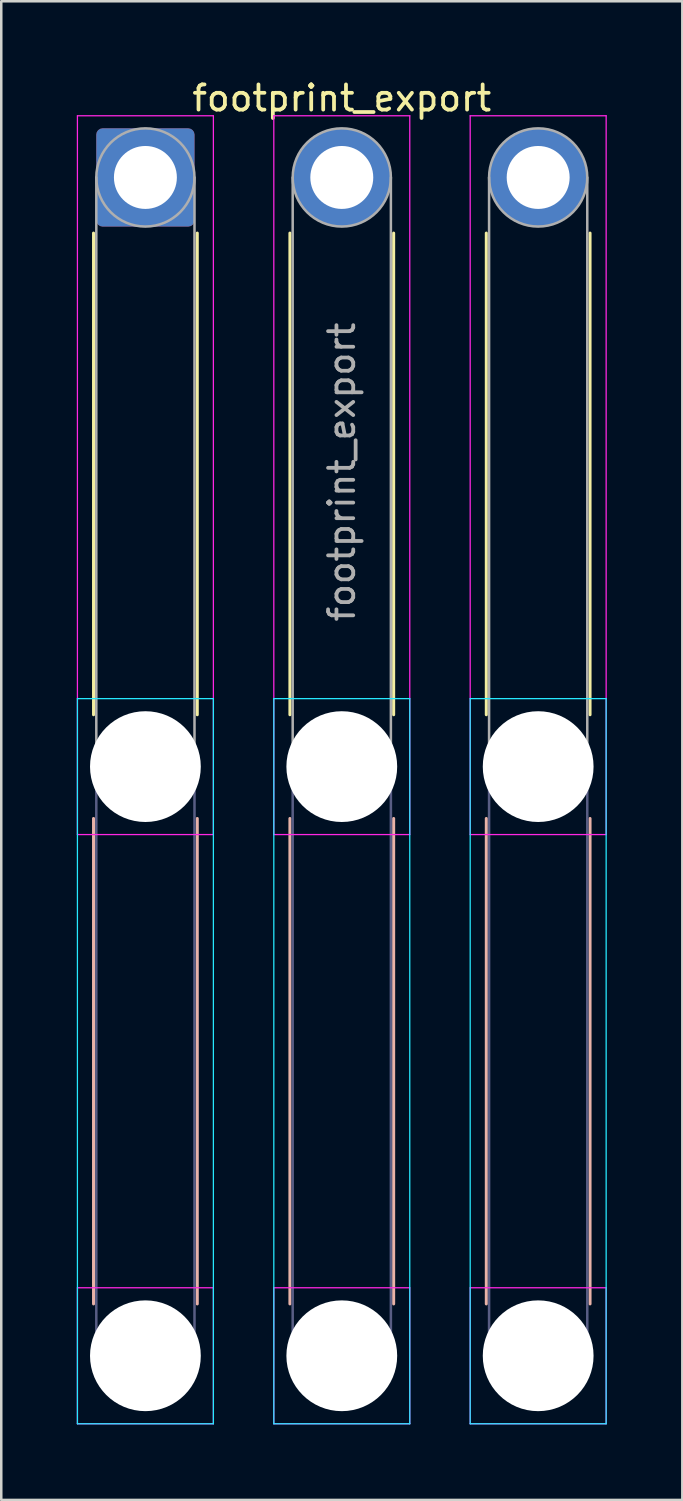
<source format=kicad_pcb>
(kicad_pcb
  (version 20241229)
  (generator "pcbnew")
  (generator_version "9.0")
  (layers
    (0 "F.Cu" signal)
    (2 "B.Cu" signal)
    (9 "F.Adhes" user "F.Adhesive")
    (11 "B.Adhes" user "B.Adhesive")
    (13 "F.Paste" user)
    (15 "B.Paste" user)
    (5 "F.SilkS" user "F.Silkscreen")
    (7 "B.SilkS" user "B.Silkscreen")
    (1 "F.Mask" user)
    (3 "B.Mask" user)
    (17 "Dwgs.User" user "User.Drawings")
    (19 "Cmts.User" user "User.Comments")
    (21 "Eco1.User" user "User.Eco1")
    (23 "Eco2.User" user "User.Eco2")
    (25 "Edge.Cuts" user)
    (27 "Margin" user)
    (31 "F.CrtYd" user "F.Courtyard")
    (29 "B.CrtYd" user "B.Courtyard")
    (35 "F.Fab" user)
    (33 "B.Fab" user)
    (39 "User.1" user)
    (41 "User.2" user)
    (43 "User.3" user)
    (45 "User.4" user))
  (footprint "footprint_export"
    (layer "F.Cu")
    (at 2.725 3.998)
    (property "Reference" "footprint_export" (at 7.8 -3.15 0) (layer "F.SilkS") (effects (font (size 1 1) (thickness 0.15))))
    (attr exclude_from_pos_files exclude_from_bom)
    (fp_line (start -2.06 2.21) (end -2.06 21.34) (stroke (width 0.12) (type solid)) (layer "F.SilkS"))
    (fp_line (start 2.06 2.21) (end 2.06 21.34) (stroke (width 0.12) (type solid)) (layer "F.SilkS"))
    (fp_line (start 5.74 2.21) (end 5.74 21.34) (stroke (width 0.12) (type solid)) (layer "F.SilkS"))
    (fp_line (start 9.86 2.21) (end 9.86 21.34) (stroke (width 0.12) (type solid)) (layer "F.SilkS"))
    (fp_line (start 13.54 2.21) (end 13.54 21.34) (stroke (width 0.12) (type solid)) (layer "F.SilkS"))
    (fp_line (start 17.66 2.21) (end 17.66 21.34) (stroke (width 0.12) (type solid)) (layer "F.SilkS"))
    (fp_line (start -2.06 25.46) (end -2.06 44.74) (stroke (width 0.12) (type solid)) (layer "B.SilkS"))
    (fp_line (start 2.06 25.46) (end 2.06 44.74) (stroke (width 0.12) (type solid)) (layer "B.SilkS"))
    (fp_line (start 5.74 25.46) (end 5.74 44.74) (stroke (width 0.12) (type solid)) (layer "B.SilkS"))
    (fp_line (start 9.86 25.46) (end 9.86 44.74) (stroke (width 0.12) (type solid)) (layer "B.SilkS"))
    (fp_line (start 13.54 25.46) (end 13.54 44.74) (stroke (width 0.12) (type solid)) (layer "B.SilkS"))
    (fp_line (start 17.66 25.46) (end 17.66 44.74) (stroke (width 0.12) (type solid)) (layer "B.SilkS"))
    (fp_line (start -2.7 20.7) (end -2.7 49.5) (stroke (width 0.05) (type solid)) (layer "B.CrtYd"))
    (fp_line (start -2.7 49.5) (end 2.7 49.5) (stroke (width 0.05) (type solid)) (layer "B.CrtYd"))
    (fp_line (start 2.7 20.7) (end -2.7 20.7) (stroke (width 0.05) (type solid)) (layer "B.CrtYd"))
    (fp_line (start 2.7 49.5) (end 2.7 20.7) (stroke (width 0.05) (type solid)) (layer "B.CrtYd"))
    (fp_line (start 5.1 20.7) (end 5.1 49.5) (stroke (width 0.05) (type solid)) (layer "B.CrtYd"))
    (fp_line (start 5.1 49.5) (end 10.5 49.5) (stroke (width 0.05) (type solid)) (layer "B.CrtYd"))
    (fp_line (start 10.5 20.7) (end 5.1 20.7) (stroke (width 0.05) (type solid)) (layer "B.CrtYd"))
    (fp_line (start 10.5 49.5) (end 10.5 20.7) (stroke (width 0.05) (type solid)) (layer "B.CrtYd"))
    (fp_line (start 12.9 20.7) (end 12.9 49.5) (stroke (width 0.05) (type solid)) (layer "B.CrtYd"))
    (fp_line (start 12.9 49.5) (end 18.3 49.5) (stroke (width 0.05) (type solid)) (layer "B.CrtYd"))
    (fp_line (start 18.3 20.7) (end 12.9 20.7) (stroke (width 0.05) (type solid)) (layer "B.CrtYd"))
    (fp_line (start 18.3 49.5) (end 18.3 20.7) (stroke (width 0.05) (type solid)) (layer "B.CrtYd"))
    (fp_line (start -2.7 -2.45) (end -2.7 26.1) (stroke (width 0.05) (type solid)) (layer "F.CrtYd"))
    (fp_line (start -2.7 26.1) (end 2.7 26.1) (stroke (width 0.05) (type solid)) (layer "F.CrtYd"))
    (fp_line (start -2.7 44.1) (end -2.7 49.5) (stroke (width 0.05) (type solid)) (layer "F.CrtYd"))
    (fp_line (start -2.7 49.5) (end 2.7 49.5) (stroke (width 0.05) (type solid)) (layer "F.CrtYd"))
    (fp_line (start 2.7 -2.45) (end -2.7 -2.45) (stroke (width 0.05) (type solid)) (layer "F.CrtYd"))
    (fp_line (start 2.7 26.1) (end 2.7 -2.45) (stroke (width 0.05) (type solid)) (layer "F.CrtYd"))
    (fp_line (start 2.7 44.1) (end -2.7 44.1) (stroke (width 0.05) (type solid)) (layer "F.CrtYd"))
    (fp_line (start 2.7 49.5) (end 2.7 44.1) (stroke (width 0.05) (type solid)) (layer "F.CrtYd"))
    (fp_line (start 5.1 -2.45) (end 5.1 26.1) (stroke (width 0.05) (type solid)) (layer "F.CrtYd"))
    (fp_line (start 5.1 26.1) (end 10.5 26.1) (stroke (width 0.05) (type solid)) (layer "F.CrtYd"))
    (fp_line (start 5.1 44.1) (end 5.1 49.5) (stroke (width 0.05) (type solid)) (layer "F.CrtYd"))
    (fp_line (start 5.1 49.5) (end 10.5 49.5) (stroke (width 0.05) (type solid)) (layer "F.CrtYd"))
    (fp_line (start 10.5 -2.45) (end 5.1 -2.45) (stroke (width 0.05) (type solid)) (layer "F.CrtYd"))
    (fp_line (start 10.5 26.1) (end 10.5 -2.45) (stroke (width 0.05) (type solid)) (layer "F.CrtYd"))
    (fp_line (start 10.5 44.1) (end 5.1 44.1) (stroke (width 0.05) (type solid)) (layer "F.CrtYd"))
    (fp_line (start 10.5 49.5) (end 10.5 44.1) (stroke (width 0.05) (type solid)) (layer "F.CrtYd"))
    (fp_line (start 12.9 -2.45) (end 12.9 26.1) (stroke (width 0.05) (type solid)) (layer "F.CrtYd"))
    (fp_line (start 12.9 26.1) (end 18.3 26.1) (stroke (width 0.05) (type solid)) (layer "F.CrtYd"))
    (fp_line (start 12.9 44.1) (end 12.9 49.5) (stroke (width 0.05) (type solid)) (layer "F.CrtYd"))
    (fp_line (start 12.9 49.5) (end 18.3 49.5) (stroke (width 0.05) (type solid)) (layer "F.CrtYd"))
    (fp_line (start 18.3 -2.45) (end 12.9 -2.45) (stroke (width 0.05) (type solid)) (layer "F.CrtYd"))
    (fp_line (start 18.3 26.1) (end 18.3 -2.45) (stroke (width 0.05) (type solid)) (layer "F.CrtYd"))
    (fp_line (start 18.3 44.1) (end 12.9 44.1) (stroke (width 0.05) (type solid)) (layer "F.CrtYd"))
    (fp_line (start 18.3 49.5) (end 18.3 44.1) (stroke (width 0.05) (type solid)) (layer "F.CrtYd"))
    (fp_line (start -1.95 23.4) (end -1.95 46.8) (stroke (width 0.1) (type solid)) (layer "B.Fab"))
    (fp_line (start 1.95 23.4) (end 1.95 46.8) (stroke (width 0.1) (type solid)) (layer "B.Fab"))
    (fp_line (start 5.85 23.4) (end 5.85 46.8) (stroke (width 0.1) (type solid)) (layer "B.Fab"))
    (fp_line (start 9.75 23.4) (end 9.75 46.8) (stroke (width 0.1) (type solid)) (layer "B.Fab"))
    (fp_line (start 13.65 23.4) (end 13.65 46.8) (stroke (width 0.1) (type solid)) (layer "B.Fab"))
    (fp_line (start 17.55 23.4) (end 17.55 46.8) (stroke (width 0.1) (type solid)) (layer "B.Fab"))
    (fp_circle (center 0 23.4) (end 1.95 23.4) (stroke (width 0.1) (type solid)) (fill no) (layer "B.Fab"))
    (fp_circle (center 0 46.8) (end 1.95 46.8) (stroke (width 0.1) (type solid)) (fill no) (layer "B.Fab"))
    (fp_circle (center 7.8 23.4) (end 9.75 23.4) (stroke (width 0.1) (type solid)) (fill no) (layer "B.Fab"))
    (fp_circle (center 7.8 46.8) (end 9.75 46.8) (stroke (width 0.1) (type solid)) (fill no) (layer "B.Fab"))
    (fp_circle (center 15.6 23.4) (end 17.55 23.4) (stroke (width 0.1) (type solid)) (fill no) (layer "B.Fab"))
    (fp_circle (center 15.6 46.8) (end 17.55 46.8) (stroke (width 0.1) (type solid)) (fill no) (layer "B.Fab"))
    (fp_line (start -1.95 0) (end -1.95 23.4) (stroke (width 0.1) (type solid)) (layer "F.Fab"))
    (fp_line (start 1.95 0) (end 1.95 23.4) (stroke (width 0.1) (type solid)) (layer "F.Fab"))
    (fp_line (start 5.85 0) (end 5.85 23.4) (stroke (width 0.1) (type solid)) (layer "F.Fab"))
    (fp_line (start 9.75 0) (end 9.75 23.4) (stroke (width 0.1) (type solid)) (layer "F.Fab"))
    (fp_line (start 13.65 0) (end 13.65 23.4) (stroke (width 0.1) (type solid)) (layer "F.Fab"))
    (fp_line (start 17.55 0) (end 17.55 23.4) (stroke (width 0.1) (type solid)) (layer "F.Fab"))
    (fp_circle (center 0 0) (end 1.95 0) (stroke (width 0.1) (type solid)) (fill no) (layer "F.Fab"))
    (fp_circle (center 0 23.4) (end 1.95 23.4) (stroke (width 0.1) (type solid)) (fill no) (layer "F.Fab"))
    (fp_circle (center 0 46.8) (end 1.95 46.8) (stroke (width 0.1) (type solid)) (fill no) (layer "F.Fab"))
    (fp_circle (center 7.8 0) (end 9.75 0) (stroke (width 0.1) (type solid)) (fill no) (layer "F.Fab"))
    (fp_circle (center 7.8 23.4) (end 9.75 23.4) (stroke (width 0.1) (type solid)) (fill no) (layer "F.Fab"))
    (fp_circle (center 7.8 46.8) (end 9.75 46.8) (stroke (width 0.1) (type solid)) (fill no) (layer "F.Fab"))
    (fp_circle (center 15.6 0) (end 17.55 0) (stroke (width 0.1) (type solid)) (fill no) (layer "F.Fab"))
    (fp_circle (center 15.6 23.4) (end 17.55 23.4) (stroke (width 0.1) (type solid)) (fill no) (layer "F.Fab"))
    (fp_circle (center 15.6 46.8) (end 17.55 46.8) (stroke (width 0.1) (type solid)) (fill no) (layer "F.Fab"))
    (fp_text user "${REFERENCE}" (at 7.8 11.7 90) (layer "F.Fab") (effects (font (size 1 1) (thickness 0.15))))
    (pad "" np_thru_hole circle (at 0 23.4) (size 4.4 4.4) (drill 4.4) (layers "*.Cu" "*.Mask"))
    (pad "" np_thru_hole circle (at 0 46.8) (size 4.4 4.4) (drill 4.4) (layers "*.Cu" "*.Mask"))
    (pad "" np_thru_hole circle (at 7.8 23.4) (size 4.4 4.4) (drill 4.4) (layers "*.Cu" "*.Mask"))
    (pad "" np_thru_hole circle (at 7.8 46.8) (size 4.4 4.4) (drill 4.4) (layers "*.Cu" "*.Mask"))
    (pad "" np_thru_hole circle (at 15.6 23.4) (size 4.4 4.4) (drill 4.4) (layers "*.Cu" "*.Mask"))
    (pad "" np_thru_hole circle (at 15.6 46.8) (size 4.4 4.4) (drill 4.4) (layers "*.Cu" "*.Mask"))
    (pad "1" thru_hole roundrect (at 0 0) (size 3.9 3.9) (drill 2.5) (layers "*.Cu" "*.Mask") (roundrect_rratio 0.064))
    (pad "2" thru_hole circle (at 7.8 0) (size 3.9 3.9) (drill 2.5) (layers "*.Cu" "*.Mask"))
    (pad "3" thru_hole circle (at 15.6 0) (size 3.9 3.9) (drill 2.5) (layers "*.Cu" "*.Mask")))
  (gr_rect
    (start -3 -3)
    (end 24.05 56.523)
    (stroke (width 0.1) (type default))
    (fill no)
    (layer "Edge.Cuts")))
</source>
